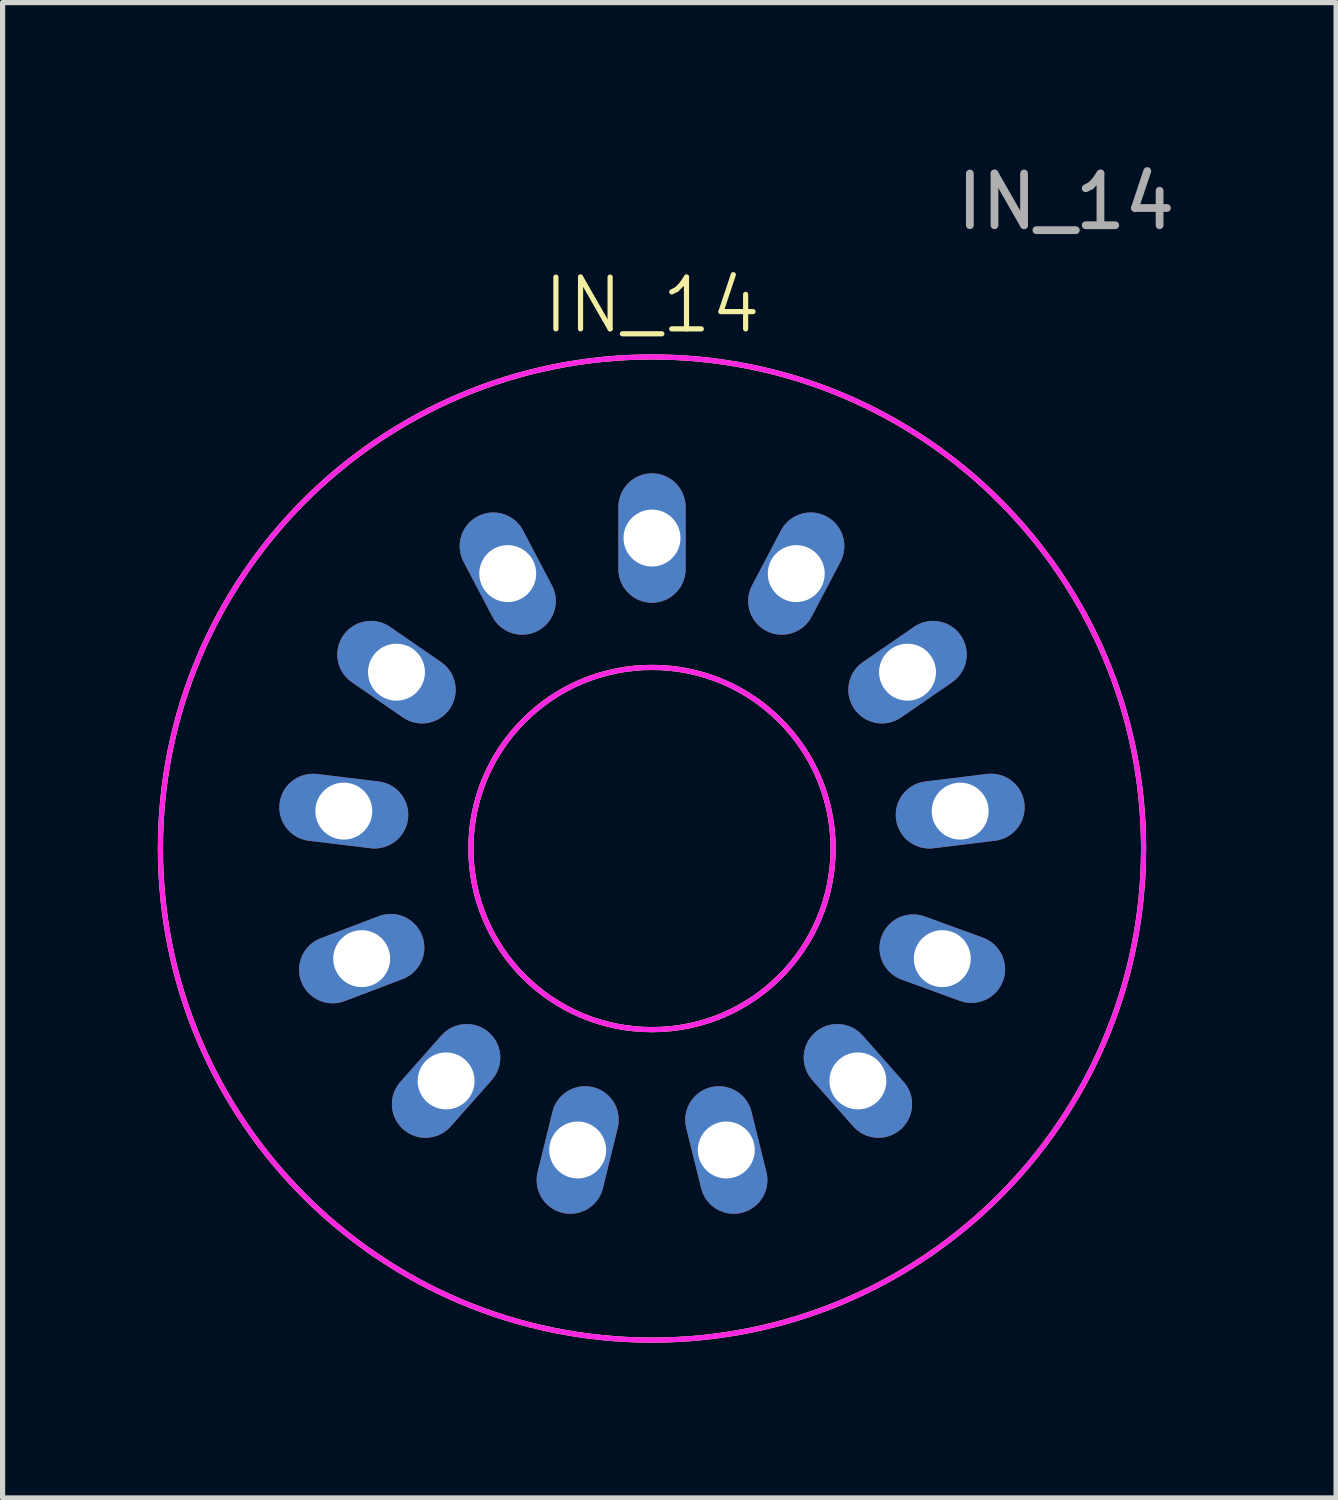
<source format=kicad_pcb>
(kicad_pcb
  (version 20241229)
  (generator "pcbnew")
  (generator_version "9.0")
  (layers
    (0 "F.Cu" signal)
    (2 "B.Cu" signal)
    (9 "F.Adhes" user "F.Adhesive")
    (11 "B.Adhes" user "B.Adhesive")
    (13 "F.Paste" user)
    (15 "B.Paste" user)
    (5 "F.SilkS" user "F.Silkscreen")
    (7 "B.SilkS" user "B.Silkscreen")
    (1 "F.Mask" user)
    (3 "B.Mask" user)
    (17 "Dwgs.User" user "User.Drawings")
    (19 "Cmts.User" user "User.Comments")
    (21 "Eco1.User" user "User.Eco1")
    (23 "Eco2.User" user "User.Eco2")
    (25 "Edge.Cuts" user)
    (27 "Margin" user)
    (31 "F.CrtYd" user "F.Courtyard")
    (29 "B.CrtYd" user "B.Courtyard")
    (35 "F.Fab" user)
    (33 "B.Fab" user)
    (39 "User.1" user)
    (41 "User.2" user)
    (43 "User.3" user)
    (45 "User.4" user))
  (footprint "IN_14"
    (layer "F.Cu")
    (at 9.55 13.348)
    (property "Reference" "IN_14" (at 0 -10.5 0) (unlocked yes) (layer "F.SilkS") (effects (font (size 1 1) (thickness 0.1))))
    (attr through_hole)
    (fp_circle (center 0 0) (end 3.5 0) (stroke (width 0.1) (type default)) (fill no) (layer "F.SilkS"))
    (fp_circle (center 0 0) (end 9.5 0) (stroke (width 0.1) (type default)) (fill no) (layer "F.SilkS"))
    (fp_circle (center 0 0) (end 3.5 0) (stroke (width 0.1) (type default)) (fill no) (layer "F.CrtYd"))
    (fp_circle (center 0 0) (end 9.5 0) (stroke (width 0.1) (type default)) (fill no) (layer "F.CrtYd"))
    (fp_text user "${REFERENCE}" (at 8 -12.5 0) (unlocked yes) (layer "F.Fab") (effects (font (size 1 1) (thickness 0.15))))
    (pad "1" thru_hole oval (at 0 -6) (size 1.3 2.5) (drill 1.1) (layers "*.Cu" "*.Mask"))
    (pad "2" thru_hole oval (at -2.788 -5.313 27.7) (size 1.3 2.5) (drill 1.1) (layers "*.Cu" "*.Mask"))
    (pad "3" thru_hole oval (at -4.938 -3.408 55.4) (size 1.3 2.5) (drill 1.1) (layers "*.Cu" "*.Mask"))
    (pad "4" thru_hole oval (at -5.956 -0.723 83.1) (size 1.3 2.5) (drill 1.1) (layers "*.Cu" "*.Mask"))
    (pad "5" thru_hole oval (at -5.61 2.128 110.8) (size 1.3 2.5) (drill 1.1) (layers "*.Cu" "*.Mask"))
    (pad "6" thru_hole oval (at -3.979 4.491 138.5) (size 1.3 2.5) (drill 1.1) (layers "*.Cu" "*.Mask"))
    (pad "7" thru_hole oval (at -1.436 5.826 166.2) (size 1.3 2.5) (drill 1.1) (layers "*.Cu" "*.Mask"))
    (pad "8" thru_hole oval (at 1.436 5.826 193.9) (size 1.3 2.5) (drill 1.1) (layers "*.Cu" "*.Mask"))
    (pad "9" thru_hole oval (at 3.979 4.491 221.5) (size 1.3 2.5) (drill 1.1) (layers "*.Cu" "*.Mask"))
    (pad "10" thru_hole oval (at 5.61 2.128 250) (size 1.3 2.5) (drill 1.1) (layers "*.Cu" "*.Mask"))
    (pad "11" thru_hole oval (at 5.956 -0.723 277) (size 1.3 2.5) (drill 1.1) (layers "*.Cu" "*.Mask"))
    (pad "12" thru_hole oval (at 4.938 -3.408 304.6) (size 1.3 2.5) (drill 1.1) (layers "*.Cu" "*.Mask"))
    (pad "13" thru_hole oval (at 2.788 -5.313 332.3) (size 1.3 2.5) (drill 1.1) (layers "*.Cu" "*.Mask")))
  (gr_rect
    (start -3 -3)
    (end 22.77 25.898)
    (stroke (width 0.1) (type default))
    (fill no)
    (layer "Edge.Cuts")))
</source>
